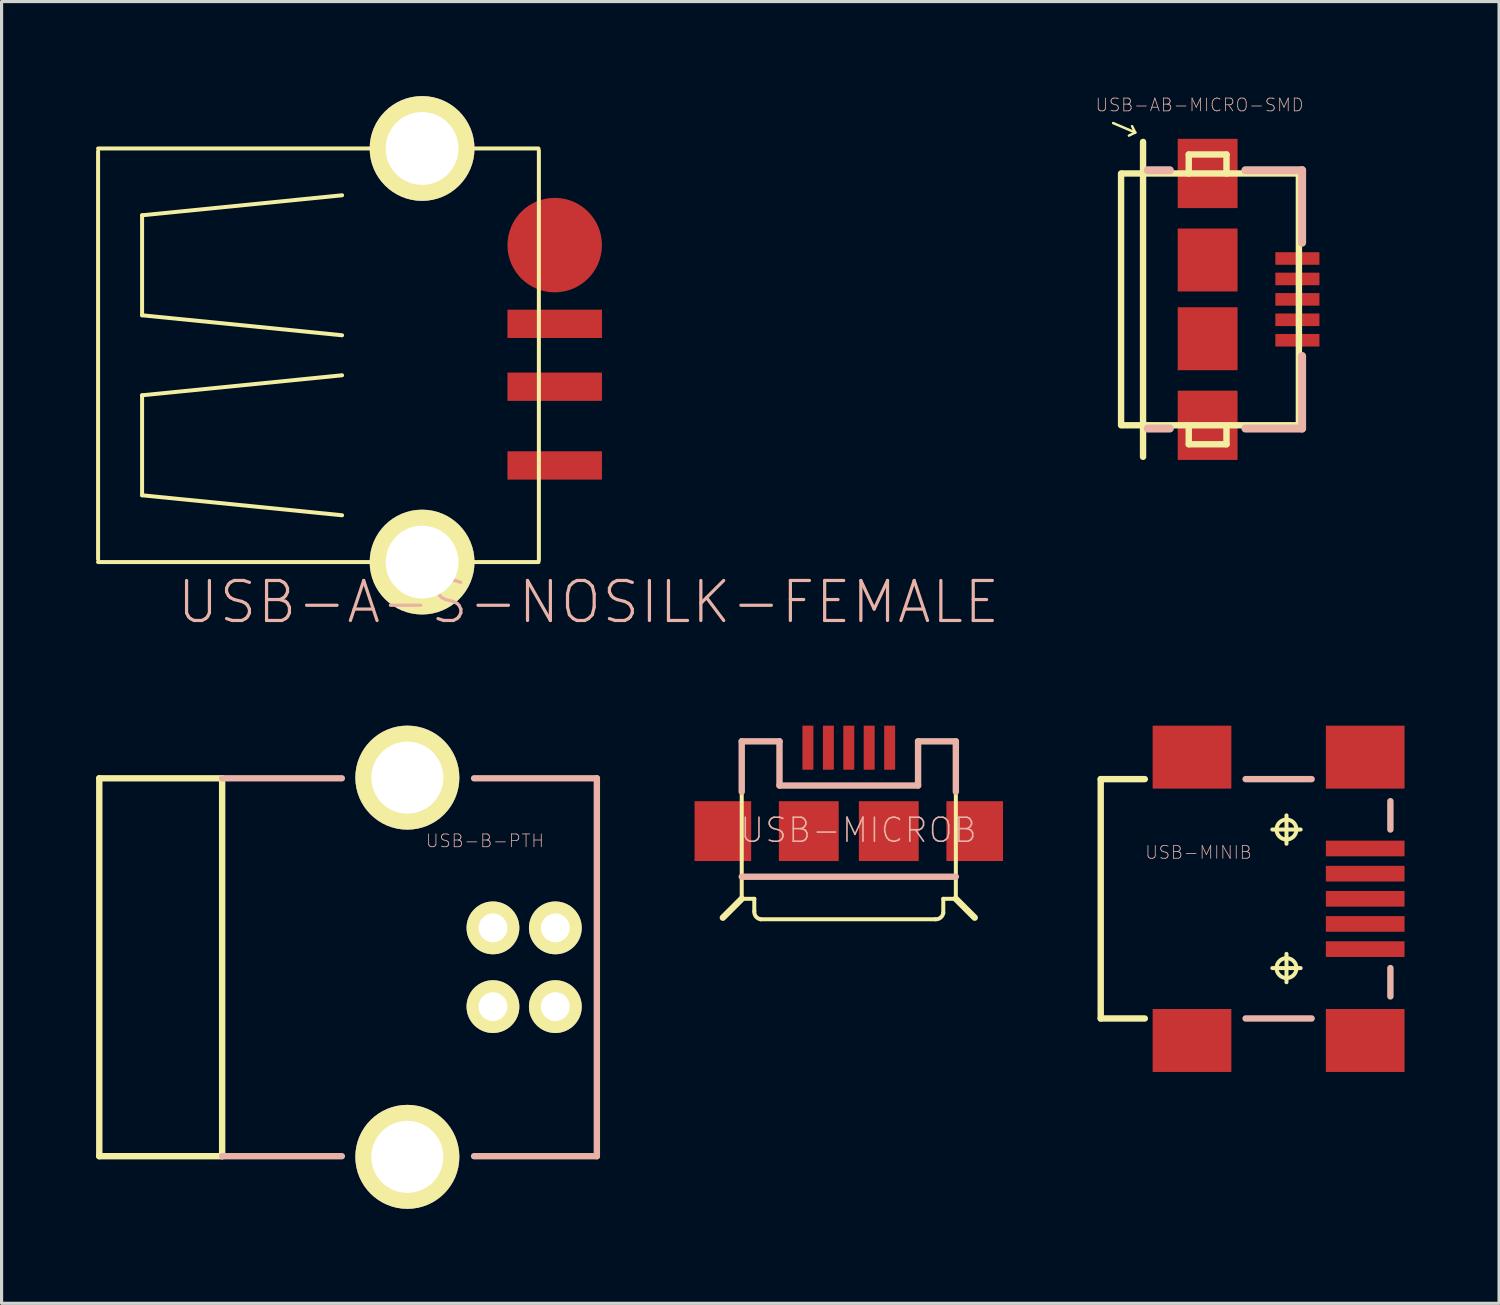
<source format=kicad_pcb>
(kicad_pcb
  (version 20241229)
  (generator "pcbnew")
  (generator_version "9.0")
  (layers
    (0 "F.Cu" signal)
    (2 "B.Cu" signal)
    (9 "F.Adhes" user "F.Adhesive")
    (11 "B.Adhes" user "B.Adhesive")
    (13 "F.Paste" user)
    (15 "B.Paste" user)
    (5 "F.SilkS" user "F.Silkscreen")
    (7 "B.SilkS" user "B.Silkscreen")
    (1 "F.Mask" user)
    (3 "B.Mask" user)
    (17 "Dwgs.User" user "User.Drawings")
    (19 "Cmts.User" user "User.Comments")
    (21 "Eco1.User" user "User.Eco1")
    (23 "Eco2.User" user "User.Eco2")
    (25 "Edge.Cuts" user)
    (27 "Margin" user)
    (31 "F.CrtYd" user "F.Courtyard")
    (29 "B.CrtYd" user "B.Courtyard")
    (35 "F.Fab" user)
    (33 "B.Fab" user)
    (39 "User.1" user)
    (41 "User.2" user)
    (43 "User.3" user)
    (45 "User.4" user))
  (footprint "USB-A-S-NOSILK-FEMALE"
    (layer "F.Cu")
    (at 10.351 8.23)
    (property "Reference" "USB-A-S-NOSILK-FEMALE" (at 5.283 7.838 180) (layer "B.SilkS") (effects (font (size 1.27 1.27) (thickness 0.102))))
    (attr smd)
    (fp_line (start -10.287 -6.477) (end -10.287 6.477) (stroke (width 0.127) (type solid)) (layer "F.SilkS"))
    (fp_line (start -8.89 -4.445) (end -8.89 -1.27) (stroke (width 0.127) (type solid)) (layer "F.SilkS"))
    (fp_line (start -8.89 -1.27) (end -2.54 -0.635) (stroke (width 0.127) (type solid)) (layer "F.SilkS"))
    (fp_line (start -8.89 1.27) (end -2.54 0.635) (stroke (width 0.127) (type solid)) (layer "F.SilkS"))
    (fp_line (start -8.89 4.445) (end -8.89 1.27) (stroke (width 0.127) (type solid)) (layer "F.SilkS"))
    (fp_line (start -2.54 -5.08) (end -8.89 -4.445) (stroke (width 0.127) (type solid)) (layer "F.SilkS"))
    (fp_line (start -2.54 5.08) (end -8.89 4.445) (stroke (width 0.127) (type solid)) (layer "F.SilkS"))
    (fp_line (start 3.696 -6.566) (end -10.287 -6.566) (stroke (width 0.127) (type solid)) (layer "F.SilkS"))
    (fp_line (start 3.696 6.566) (end -10.287 6.566) (stroke (width 0.127) (type solid)) (layer "F.SilkS"))
    (fp_line (start 3.708 -6.502) (end 3.708 6.502) (stroke (width 0.127) (type solid)) (layer "F.SilkS"))
    (pad "D+" smd rect (at 4.211 0.998) (size 3 0.899) (layers "F.Cu" "F.Mask" "F.Paste"))
    (pad "D-" smd rect (at 4.211 -0.998) (size 3 0.899) (layers "F.Cu" "F.Mask" "F.Paste"))
    (pad "GND" smd rect (at 4.211 3.498) (size 3 0.899) (layers "F.Cu" "F.Mask" "F.Paste"))
    (pad "S1" thru_hole circle (at 0 6.566) (size 3.327 3.327) (drill 2.311) (layers "*.Cu" "F.Mask" "F.SilkS" "F.Paste"))
    (pad "S2" thru_hole circle (at 0 -6.566) (size 3.327 3.327) (drill 2.311) (layers "*.Cu" "F.Mask" "F.SilkS" "F.Paste"))
    (pad "VBUS" smd circle (at 4.211 -3.498) (size 3 3) (layers "F.Cu" "F.Mask" "F.Paste")))
  (footprint "USB-B-PTH"
    (layer "F.Cu")
    (at 12.601 27.66)
    (property "Reference" "USB-B-PTH" (at -0.254 -4.013 0) (layer "B.SilkS") (effects (font (size 0.406 0.406) (thickness 0.025))))
    (attr exclude_from_pos_files exclude_from_bom)
    (fp_line (start -12.499 -5.999) (end -8.598 -5.999) (stroke (width 0.203) (type solid)) (layer "F.SilkS"))
    (fp_line (start -12.499 5.999) (end -12.499 -5.999) (stroke (width 0.203) (type solid)) (layer "F.SilkS"))
    (fp_line (start -8.598 -5.999) (end -8.598 5.999) (stroke (width 0.203) (type solid)) (layer "F.SilkS"))
    (fp_line (start -8.598 5.999) (end -12.499 5.999) (stroke (width 0.203) (type solid)) (layer "F.SilkS"))
    (fp_line (start -8.598 -5.999) (end -4.798 -5.999) (stroke (width 0.203) (type solid)) (layer "B.SilkS"))
    (fp_line (start -8.598 5.999) (end -4.798 5.999) (stroke (width 0.203) (type solid)) (layer "B.SilkS"))
    (fp_line (start -0.599 5.999) (end 3.299 5.999) (stroke (width 0.203) (type solid)) (layer "B.SilkS"))
    (fp_line (start 3.299 -5.999) (end -0.599 -5.999) (stroke (width 0.203) (type solid)) (layer "B.SilkS"))
    (fp_line (start 3.299 5.999) (end 3.299 -5.999) (stroke (width 0.203) (type solid)) (layer "B.SilkS"))
    (pad "D+" thru_hole circle (at 0 -1.25) (size 1.676 1.676) (drill 0.914) (layers "*.Cu" "F.Mask" "F.SilkS" "F.Paste"))
    (pad "D-" thru_hole circle (at 1.981 -1.25) (size 1.676 1.676) (drill 0.914) (layers "*.Cu" "F.Mask" "F.SilkS" "F.Paste"))
    (pad "GND" thru_hole circle (at 0 1.25) (size 1.676 1.676) (drill 0.914) (layers "*.Cu" "F.Mask" "F.SilkS" "F.Paste"))
    (pad "S1" thru_hole circle (at -2.718 6.02) (size 3.302 3.302) (drill 2.286) (layers "*.Cu" "F.Mask" "F.SilkS" "F.Paste"))
    (pad "S2" thru_hole circle (at -2.718 -6.02) (size 3.302 3.302) (drill 2.286) (layers "*.Cu" "F.Mask" "F.SilkS" "F.Paste"))
    (pad "VBUS" thru_hole circle (at 1.981 1.25) (size 1.676 1.676) (drill 0.914) (layers "*.Cu" "F.Mask" "F.SilkS" "F.Paste")))
  (footprint "USB-AB-MICRO-SMD"
    (layer "F.Cu")
    (at 35.292 6.455)
    (property "Reference" "USB-AB-MICRO-SMD" (at -0.254 -6.172 0) (layer "B.SilkS") (effects (font (size 0.406 0.406) (thickness 0.025))))
    (attr smd)
    (fp_line (start -3 -5.598) (end -2.299 -5.298) (stroke (width 0.079) (type solid)) (layer "F.SilkS"))
    (fp_line (start -2.748 -3.998) (end -2.748 3.998) (stroke (width 0.203) (type solid)) (layer "F.SilkS"))
    (fp_line (start -2.697 -3.998) (end -0.599 -3.998) (stroke (width 0.203) (type solid)) (layer "F.SilkS"))
    (fp_line (start -2.697 3.998) (end 2.898 3.998) (stroke (width 0.203) (type solid)) (layer "F.SilkS"))
    (fp_line (start -2.299 -5.298) (end -2.499 -5.199) (stroke (width 0.079) (type solid)) (layer "F.SilkS"))
    (fp_line (start -2.299 -5.298) (end -2.398 -5.499) (stroke (width 0.079) (type solid)) (layer "F.SilkS"))
    (fp_line (start -2.05 -4.999) (end -2.05 4.999) (stroke (width 0.203) (type solid)) (layer "F.SilkS"))
    (fp_line (start -0.599 -4.6) (end 0.599 -4.6) (stroke (width 0.203) (type solid)) (layer "F.SilkS"))
    (fp_line (start -0.599 -3.998) (end -0.599 -4.6) (stroke (width 0.203) (type solid)) (layer "F.SilkS"))
    (fp_line (start -0.599 -3.998) (end 0.599 -3.998) (stroke (width 0.203) (type solid)) (layer "F.SilkS"))
    (fp_line (start -0.599 4.6) (end -0.599 3.998) (stroke (width 0.203) (type solid)) (layer "F.SilkS"))
    (fp_line (start 0.599 -4.6) (end 0.599 -3.998) (stroke (width 0.203) (type solid)) (layer "F.SilkS"))
    (fp_line (start 0.599 -3.998) (end 2.898 -3.998) (stroke (width 0.203) (type solid)) (layer "F.SilkS"))
    (fp_line (start 0.599 3.998) (end 0.599 4.6) (stroke (width 0.203) (type solid)) (layer "F.SilkS"))
    (fp_line (start 0.599 4.6) (end -0.599 4.6) (stroke (width 0.203) (type solid)) (layer "F.SilkS"))
    (fp_line (start 2.898 -3.998) (end 2.898 3.998) (stroke (width 0.203) (type solid)) (layer "F.SilkS"))
    (fp_line (start -1.199 -4.1) (end -1.9 -4.1) (stroke (width 0.254) (type solid)) (layer "B.SilkS"))
    (fp_line (start -1.199 4.1) (end -1.9 4.1) (stroke (width 0.254) (type solid)) (layer "B.SilkS"))
    (fp_line (start 1.199 -4.1) (end 3 -4.1) (stroke (width 0.254) (type solid)) (layer "B.SilkS"))
    (fp_line (start 3 -4.1) (end 3 -1.798) (stroke (width 0.254) (type solid)) (layer "B.SilkS"))
    (fp_line (start 3 1.798) (end 3 4.1) (stroke (width 0.254) (type solid)) (layer "B.SilkS"))
    (fp_line (start 3 4.1) (end 1.199 4.1) (stroke (width 0.254) (type solid)) (layer "B.SilkS"))
    (pad "D+" smd rect (at 2.85 0 90) (size 0.399 1.4) (layers "F.Cu" "F.Mask" "F.Paste"))
    (pad "D-" smd rect (at 2.85 -0.648 90) (size 0.399 1.4) (layers "F.Cu" "F.Mask" "F.Paste"))
    (pad "GND" smd rect (at 2.85 1.298 90) (size 0.399 1.4) (layers "F.Cu" "F.Mask" "F.Paste"))
    (pad "ID" smd rect (at 2.85 0.648 90) (size 0.399 1.4) (layers "F.Cu" "F.Mask" "F.Paste"))
    (pad "SHIE" smd rect (at 0 -3.998 90) (size 2.2 1.9) (layers "F.Cu" "F.Mask" "F.Paste"))
    (pad "SHIE" smd rect (at 0 -1.25 90) (size 1.999 1.9) (layers "F.Cu" "F.Mask" "F.Paste"))
    (pad "SHIE" smd rect (at 0 1.25 90) (size 1.999 1.9) (layers "F.Cu" "F.Mask" "F.Paste"))
    (pad "SHIE" smd rect (at 0 3.998 90) (size 2.2 1.9) (layers "F.Cu" "F.Mask" "F.Paste"))
    (pad "VBUS" smd rect (at 2.85 -1.298 90) (size 0.399 1.4) (layers "F.Cu" "F.Mask" "F.Paste")))
  (footprint "USB-MICROB"
    (layer "F.Cu")
    (at 23.899 23.338)
    (property "Reference" "USB-MICROB" (at 0.305 -0.03 0) (layer "B.SilkS") (effects (font (size 0.762 0.762) (thickness 0.051))))
    (attr smd)
    (fp_line (start -3.399 -2.85) (end -2.2 -2.85) (stroke (width 0.127) (type solid)) (layer "F.SilkS"))
    (fp_line (start -3.399 1.448) (end -3.399 -2.85) (stroke (width 0.127) (type solid)) (layer "F.SilkS"))
    (fp_line (start -3.399 1.448) (end 3.399 1.448) (stroke (width 0.127) (type solid)) (layer "F.SilkS"))
    (fp_line (start -3.399 2.149) (end -3.998 2.748) (stroke (width 0.203) (type solid)) (layer "F.SilkS"))
    (fp_line (start -3.399 2.149) (end -3.399 1.448) (stroke (width 0.127) (type solid)) (layer "F.SilkS"))
    (fp_line (start -3.399 2.149) (end -3 2.149) (stroke (width 0.127) (type solid)) (layer "F.SilkS"))
    (fp_line (start -3 2.149) (end -3 2.548) (stroke (width 0.127) (type solid)) (layer "F.SilkS"))
    (fp_line (start -2.799 2.799) (end 2.748 2.799) (stroke (width 0.127) (type solid)) (layer "F.SilkS"))
    (fp_line (start -2.2 -1.448) (end -2.2 -2.85) (stroke (width 0.127) (type solid)) (layer "F.SilkS"))
    (fp_line (start -2.2 -1.448) (end 2.2 -1.448) (stroke (width 0.127) (type solid)) (layer "F.SilkS"))
    (fp_line (start 2.2 -1.448) (end 2.2 -2.85) (stroke (width 0.127) (type solid)) (layer "F.SilkS"))
    (fp_line (start 3 2.149) (end 3.399 2.149) (stroke (width 0.127) (type solid)) (layer "F.SilkS"))
    (fp_line (start 3 2.598) (end 3 2.149) (stroke (width 0.127) (type solid)) (layer "F.SilkS"))
    (fp_line (start 3.399 -2.85) (end 2.2 -2.85) (stroke (width 0.127) (type solid)) (layer "F.SilkS"))
    (fp_line (start 3.399 -2.85) (end 3.399 1.448) (stroke (width 0.127) (type solid)) (layer "F.SilkS"))
    (fp_line (start 3.399 1.448) (end 3.399 2.149) (stroke (width 0.127) (type solid)) (layer "F.SilkS"))
    (fp_line (start 3.399 2.149) (end 3.998 2.748) (stroke (width 0.203) (type solid)) (layer "F.SilkS"))
    (fp_arc (start -2.79908 2.79908) (mid -2.948009 2.712097) (end -2.999764 2.547576) (stroke (width 0.127) (type solid)) (layer "F.SilkS"))
    (fp_arc (start 2.99974 2.59842) (mid 2.912757 2.747349) (end 2.748236 2.799104) (stroke (width 0.127) (type solid)) (layer "F.SilkS"))
    (fp_line (start -3.399 -2.85) (end -2.2 -2.85) (stroke (width 0.203) (type solid)) (layer "B.SilkS"))
    (fp_line (start -3.399 -1.25) (end -3.399 -2.85) (stroke (width 0.203) (type solid)) (layer "B.SilkS"))
    (fp_line (start -3.399 1.448) (end 3.399 1.448) (stroke (width 0.203) (type solid)) (layer "B.SilkS"))
    (fp_line (start -2.2 -2.85) (end -2.2 -1.448) (stroke (width 0.203) (type solid)) (layer "B.SilkS"))
    (fp_line (start -2.2 -1.448) (end 2.2 -1.448) (stroke (width 0.203) (type solid)) (layer "B.SilkS"))
    (fp_line (start 2.2 -1.448) (end 2.2 -2.85) (stroke (width 0.203) (type solid)) (layer "B.SilkS"))
    (fp_line (start 3.399 -2.85) (end 2.2 -2.85) (stroke (width 0.203) (type solid)) (layer "B.SilkS"))
    (fp_line (start 3.399 -1.25) (end 3.399 -2.85) (stroke (width 0.203) (type solid)) (layer "B.SilkS"))
    (pad "D+" smd rect (at 0 -2.649 90) (size 1.4 0.348) (layers "F.Cu" "F.Mask" "F.Paste"))
    (pad "D-" smd rect (at -0.648 -2.649 90) (size 1.4 0.348) (layers "F.Cu" "F.Mask" "F.Paste"))
    (pad "GND" smd rect (at 1.298 -2.649 90) (size 1.4 0.348) (layers "F.Cu" "F.Mask" "F.Paste"))
    (pad "ID" smd rect (at 0.648 -2.649 90) (size 1.4 0.348) (layers "F.Cu" "F.Mask" "F.Paste"))
    (pad "MT1" smd rect (at -3.998 0) (size 1.798 1.9) (layers "F.Cu" "F.Mask" "F.Paste"))
    (pad "MT2" smd rect (at 3.998 0) (size 1.798 1.9) (layers "F.Cu" "F.Mask" "F.Paste"))
    (pad "P$1" smd rect (at -1.27 0) (size 1.9 1.9) (layers "F.Cu" "F.Mask" "F.Paste"))
    (pad "P$2" smd rect (at 1.27 0) (size 1.9 1.9) (layers "F.Cu" "F.Mask" "F.Paste"))
    (pad "VBUS" smd rect (at -1.298 -2.649 90) (size 1.4 0.348) (layers "F.Cu" "F.Mask" "F.Paste")))
  (footprint "USB-MINIB"
    (layer "F.Cu")
    (at 37.796 25.487)
    (property "Reference" "USB-MINIB" (at -2.794 -1.473 0) (layer "B.SilkS") (effects (font (size 0.406 0.406) (thickness 0.025))))
    (attr smd)
    (fp_line (start -5.898 -3.8) (end -5.898 3.8) (stroke (width 0.203) (type solid)) (layer "F.SilkS"))
    (fp_line (start -5.898 -3.8) (end -4.498 -3.8) (stroke (width 0.203) (type solid)) (layer "F.SilkS"))
    (fp_line (start -5.898 3.8) (end -4.498 3.8) (stroke (width 0.203) (type solid)) (layer "F.SilkS"))
    (fp_line (start -0.45 -2.2) (end 0.45 -2.2) (stroke (width 0.127) (type solid)) (layer "F.SilkS"))
    (fp_line (start -0.45 2.2) (end 0.45 2.2) (stroke (width 0.127) (type solid)) (layer "F.SilkS"))
    (fp_line (start 0 -1.748) (end 0 -2.649) (stroke (width 0.127) (type solid)) (layer "F.SilkS"))
    (fp_line (start 0 2.649) (end 0 1.748) (stroke (width 0.127) (type solid)) (layer "F.SilkS"))
    (fp_circle (center 0 -2.2) (end -0.224 -2.423) (stroke (width 0.127) (type solid)) (fill no) (layer "F.SilkS"))
    (fp_circle (center 0 2.2) (end -0.224 2.423) (stroke (width 0.127) (type solid)) (fill no) (layer "F.SilkS"))
    (fp_line (start -1.298 -3.8) (end 0.798 -3.8) (stroke (width 0.203) (type solid)) (layer "B.SilkS"))
    (fp_line (start 0.798 3.8) (end -1.298 3.8) (stroke (width 0.203) (type solid)) (layer "B.SilkS"))
    (fp_line (start 3.299 -3.099) (end 3.299 -2.2) (stroke (width 0.203) (type solid)) (layer "B.SilkS"))
    (fp_line (start 3.299 2.2) (end 3.299 3.099) (stroke (width 0.203) (type solid)) (layer "B.SilkS"))
    (pad "D+" smd rect (at 2.499 0) (size 2.499 0.498) (layers "F.Cu" "F.Mask" "F.Paste"))
    (pad "D-" smd rect (at 2.499 -0.798) (size 2.499 0.498) (layers "F.Cu" "F.Mask" "F.Paste"))
    (pad "GND" smd rect (at 2.499 1.598) (size 2.499 0.498) (layers "F.Cu" "F.Mask" "F.Paste"))
    (pad "ID" smd rect (at 2.499 0.798) (size 2.499 0.498) (layers "F.Cu" "F.Mask" "F.Paste"))
    (pad "MTN1" smd rect (at -3 -4.498) (size 2.499 1.999) (layers "F.Cu" "F.Mask" "F.Paste"))
    (pad "MTN2" smd rect (at 2.499 -4.498) (size 2.499 1.999) (layers "F.Cu" "F.Mask" "F.Paste"))
    (pad "MTN3" smd rect (at -3 4.498) (size 2.499 1.999) (layers "F.Cu" "F.Mask" "F.Paste"))
    (pad "MTN4" smd rect (at 2.499 4.498) (size 2.499 1.999) (layers "F.Cu" "F.Mask" "F.Paste"))
    (pad "VBUS" smd rect (at 2.499 -1.598) (size 2.499 0.498) (layers "F.Cu" "F.Mask" "F.Paste")))
  (gr_rect
    (start -3 -3)
    (end 44.545 38.331)
    (stroke (width 0.1) (type default))
    (fill no)
    (layer "Edge.Cuts")))
</source>
